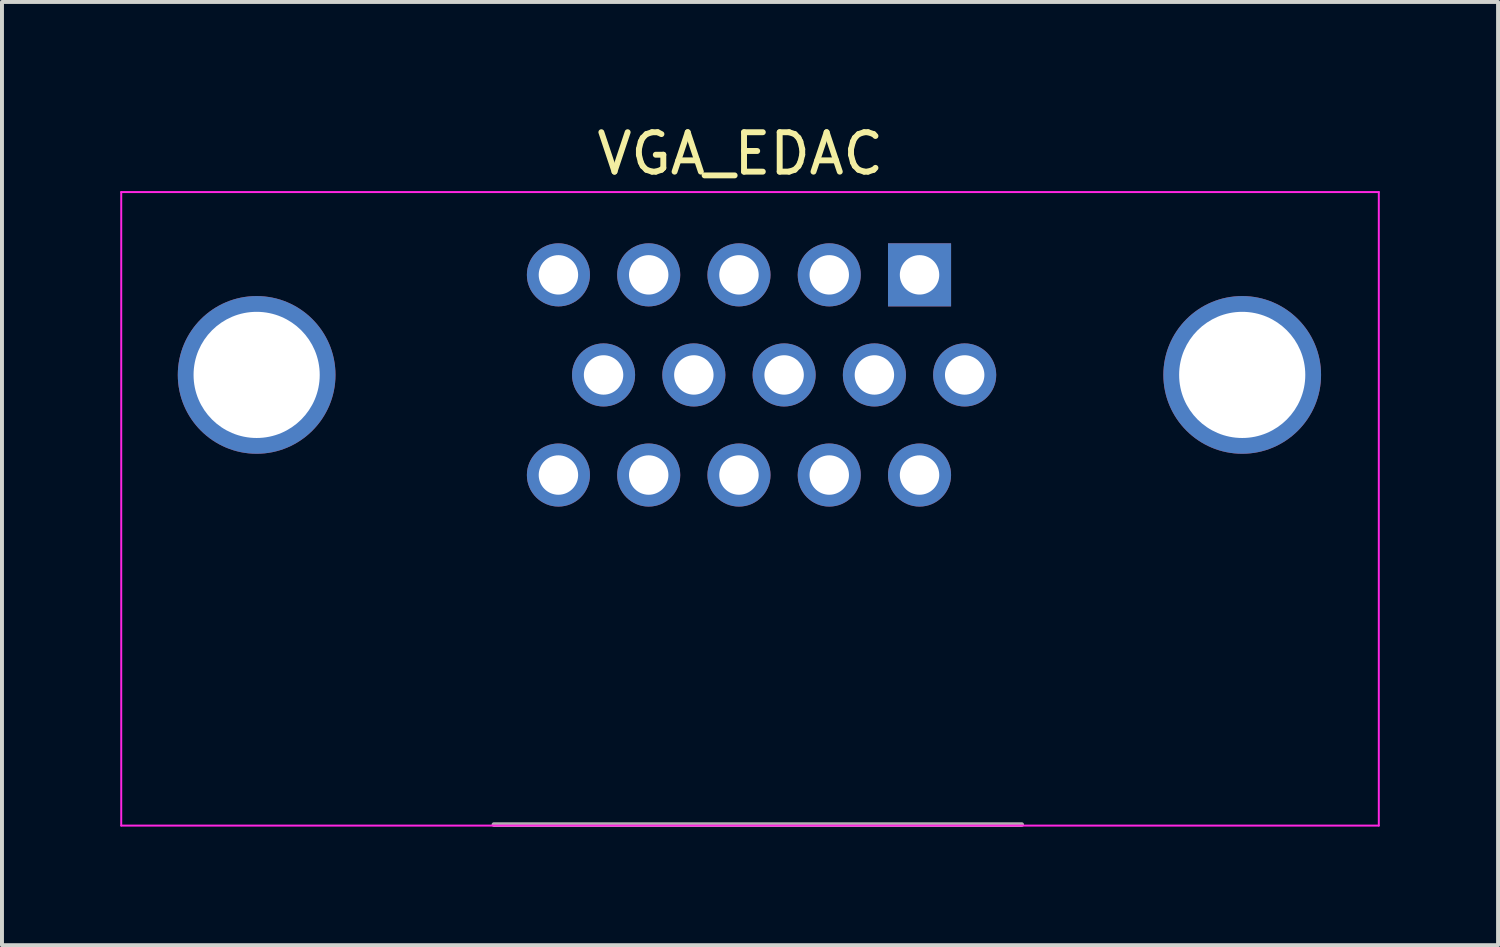
<source format=kicad_pcb>
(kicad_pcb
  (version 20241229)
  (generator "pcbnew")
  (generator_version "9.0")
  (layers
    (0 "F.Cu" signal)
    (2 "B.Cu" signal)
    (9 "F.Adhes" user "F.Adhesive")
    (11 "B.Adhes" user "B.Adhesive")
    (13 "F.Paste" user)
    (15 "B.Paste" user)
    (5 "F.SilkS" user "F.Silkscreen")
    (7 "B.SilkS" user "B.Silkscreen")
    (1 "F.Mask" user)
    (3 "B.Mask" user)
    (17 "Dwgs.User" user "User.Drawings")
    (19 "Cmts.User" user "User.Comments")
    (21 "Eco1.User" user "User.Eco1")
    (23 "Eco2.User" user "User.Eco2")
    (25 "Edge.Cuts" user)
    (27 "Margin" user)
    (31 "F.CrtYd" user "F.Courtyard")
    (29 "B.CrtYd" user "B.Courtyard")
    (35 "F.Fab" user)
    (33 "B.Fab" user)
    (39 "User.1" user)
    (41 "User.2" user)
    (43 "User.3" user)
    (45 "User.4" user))
  (footprint "VGA_EDAC"
    (layer "F.Cu")
    (at 20.275 3.922)
    (property "Reference" "VGA_EDAC" (at -4.547 -3.073 0) (layer "F.SilkS") (effects (font (size 1 1) (thickness 0.15))))
    (attr through_hole)
    (fp_line (start -20.25 -2.1) (end -20.25 13.97) (stroke (width 0.05) (type solid)) (layer "F.CrtYd"))
    (fp_line (start -20.25 13.97) (end 11.65 13.97) (stroke (width 0.05) (type solid)) (layer "F.CrtYd"))
    (fp_line (start 11.65 -2.1) (end -20.25 -2.1) (stroke (width 0.05) (type solid)) (layer "F.CrtYd"))
    (fp_line (start 11.65 13.97) (end 11.65 -2.1) (stroke (width 0.05) (type solid)) (layer "F.CrtYd"))
    (fp_line (start -10.795 13.945) (end 2.591 13.945) (stroke (width 0.12) (type solid)) (layer "F.Fab"))
    (pad "" thru_hole circle (at -16.815 2.538) (size 4 4) (drill 3.2) (layers "*.Cu" "*.Mask"))
    (pad "0" thru_hole circle (at 8.185 2.538) (size 4 4) (drill 3.2) (layers "*.Cu" "*.Mask"))
    (pad "1" thru_hole rect (at 0 0) (size 1.6 1.6) (drill 1) (layers "*.Cu" "*.Mask"))
    (pad "2" thru_hole circle (at -2.29 0) (size 1.6 1.6) (drill 1) (layers "*.Cu" "*.Mask"))
    (pad "3" thru_hole circle (at -4.58 0) (size 1.6 1.6) (drill 1) (layers "*.Cu" "*.Mask"))
    (pad "4" thru_hole circle (at -6.87 0) (size 1.6 1.6) (drill 1) (layers "*.Cu" "*.Mask"))
    (pad "5" thru_hole circle (at -9.16 0) (size 1.6 1.6) (drill 1) (layers "*.Cu" "*.Mask"))
    (pad "6" thru_hole circle (at 1.145 2.539) (size 1.6 1.6) (drill 1) (layers "*.Cu" "*.Mask"))
    (pad "7" thru_hole circle (at -1.145 2.539) (size 1.6 1.6) (drill 1) (layers "*.Cu" "*.Mask"))
    (pad "8" thru_hole circle (at -3.435 2.539) (size 1.6 1.6) (drill 1) (layers "*.Cu" "*.Mask"))
    (pad "9" thru_hole circle (at -5.725 2.539) (size 1.6 1.6) (drill 1) (layers "*.Cu" "*.Mask"))
    (pad "10" thru_hole circle (at -8.015 2.539) (size 1.6 1.6) (drill 1) (layers "*.Cu" "*.Mask"))
    (pad "11" thru_hole circle (at 0 5.078) (size 1.6 1.6) (drill 1) (layers "*.Cu" "*.Mask"))
    (pad "12" thru_hole circle (at -2.29 5.078) (size 1.6 1.6) (drill 1) (layers "*.Cu" "*.Mask"))
    (pad "13" thru_hole circle (at -4.58 5.078) (size 1.6 1.6) (drill 1) (layers "*.Cu" "*.Mask"))
    (pad "14" thru_hole circle (at -6.87 5.078) (size 1.6 1.6) (drill 1) (layers "*.Cu" "*.Mask"))
    (pad "15" thru_hole circle (at -9.16 5.078) (size 1.6 1.6) (drill 1) (layers "*.Cu" "*.Mask")))
  (gr_rect
    (start -3 -3)
    (end 34.95 20.926)
    (stroke (width 0.1) (type default))
    (fill no)
    (layer "Edge.Cuts")))
</source>
